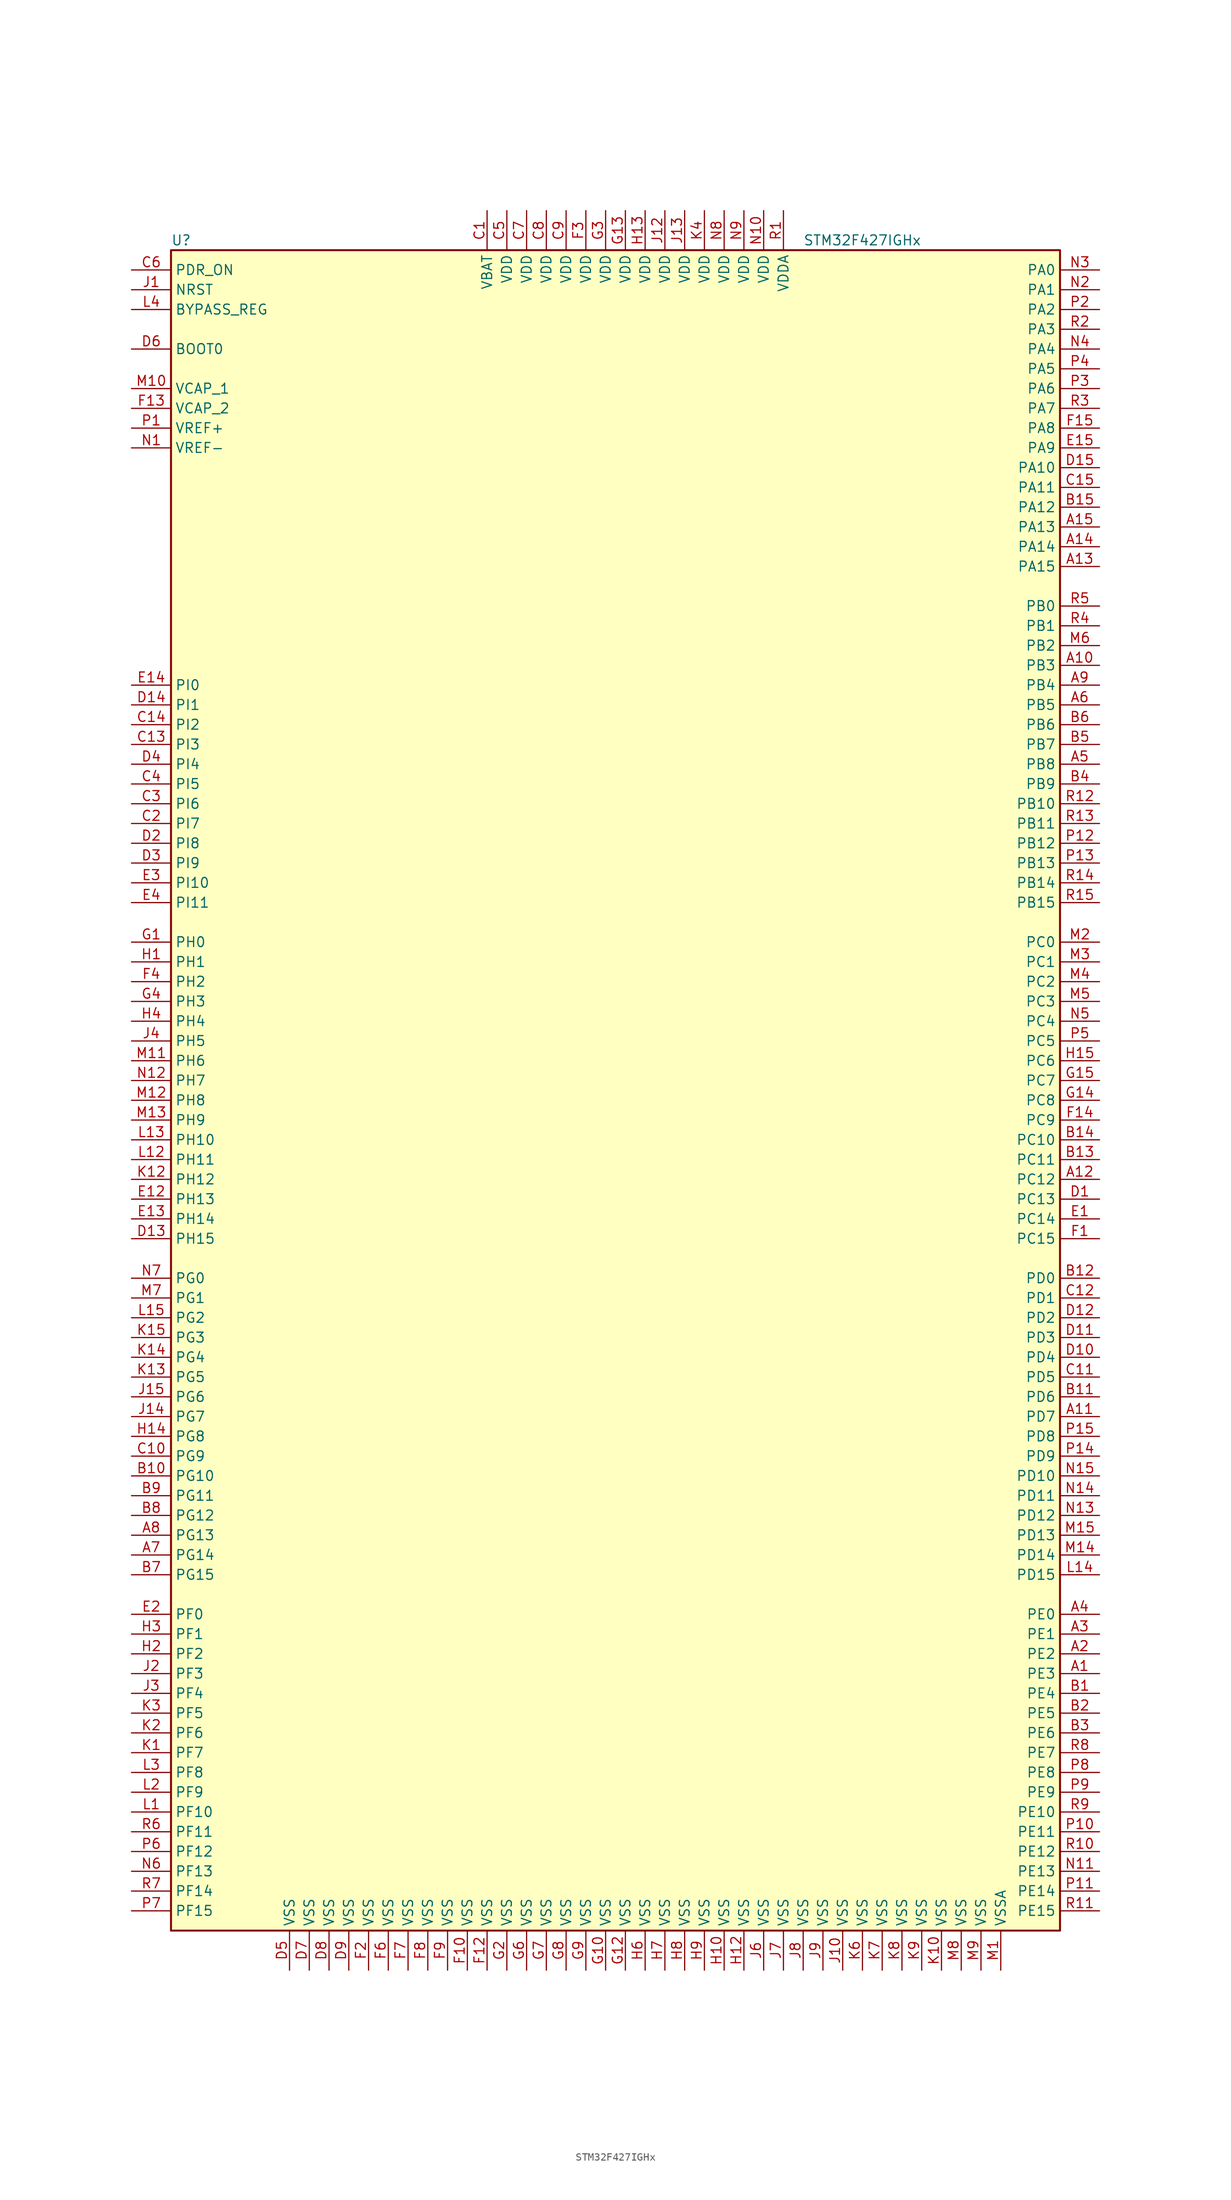
<source format=kicad_sym>
(kicad_symbol_lib
  (version 20201005)
  (generator kicad_symbol_editor)
  (symbol "MCU_ST_STM32F4:STM32F427IGHx"
    (property "Reference" "U"
      (at -58.42 107.95 0)
      (effects (font (size 1.27 1.27)) (justify left)))
    (property "Value" "STM32F427IGHx"
      (at 22.86 107.95 0)
      (effects (font (size 1.27 1.27)) (justify left)))
    (symbol "STM32F427IGHx_0_1"
      (rectangle (start -58.42 -109.22) (end 55.88 106.68) (stroke (width 0.254)) (fill (type background))))
    (symbol "STM32F427IGHx_1_1"
      (pin input line (at -63.5 93.98 0) (length 5.08) (name "BOOT0" (effects (font (size 1.27 1.27)))) (number "D6" (effects (font (size 1.27 1.27)))))
      (pin input line (at -63.5 99.06 0) (length 5.08) (name "BYPASS_REG" (effects (font (size 1.27 1.27)))) (number "L4" (effects (font (size 1.27 1.27)))))
      (pin input line (at -63.5 101.6 0) (length 5.08) (name "NRST" (effects (font (size 1.27 1.27)))) (number "J1" (effects (font (size 1.27 1.27)))))
      (pin bidirectional line (at 60.96 104.14 180) (length 5.08) (name "PA0" (effects (font (size 1.27 1.27)))) (number "N3" (effects (font (size 1.27 1.27)))))
      (pin bidirectional line (at 60.96 101.6 180) (length 5.08) (name "PA1" (effects (font (size 1.27 1.27)))) (number "N2" (effects (font (size 1.27 1.27)))))
      (pin bidirectional line (at 60.96 78.74 180) (length 5.08) (name "PA10" (effects (font (size 1.27 1.27)))) (number "D15" (effects (font (size 1.27 1.27)))))
      (pin bidirectional line (at 60.96 76.2 180) (length 5.08) (name "PA11" (effects (font (size 1.27 1.27)))) (number "C15" (effects (font (size 1.27 1.27)))))
      (pin bidirectional line (at 60.96 73.66 180) (length 5.08) (name "PA12" (effects (font (size 1.27 1.27)))) (number "B15" (effects (font (size 1.27 1.27)))))
      (pin bidirectional line (at 60.96 71.12 180) (length 5.08) (name "PA13" (effects (font (size 1.27 1.27)))) (number "A15" (effects (font (size 1.27 1.27)))))
      (pin bidirectional line (at 60.96 68.58 180) (length 5.08) (name "PA14" (effects (font (size 1.27 1.27)))) (number "A14" (effects (font (size 1.27 1.27)))))
      (pin bidirectional line (at 60.96 66.04 180) (length 5.08) (name "PA15" (effects (font (size 1.27 1.27)))) (number "A13" (effects (font (size 1.27 1.27)))))
      (pin bidirectional line (at 60.96 99.06 180) (length 5.08) (name "PA2" (effects (font (size 1.27 1.27)))) (number "P2" (effects (font (size 1.27 1.27)))))
      (pin bidirectional line (at 60.96 96.52 180) (length 5.08) (name "PA3" (effects (font (size 1.27 1.27)))) (number "R2" (effects (font (size 1.27 1.27)))))
      (pin bidirectional line (at 60.96 93.98 180) (length 5.08) (name "PA4" (effects (font (size 1.27 1.27)))) (number "N4" (effects (font (size 1.27 1.27)))))
      (pin bidirectional line (at 60.96 91.44 180) (length 5.08) (name "PA5" (effects (font (size 1.27 1.27)))) (number "P4" (effects (font (size 1.27 1.27)))))
      (pin bidirectional line (at 60.96 88.9 180) (length 5.08) (name "PA6" (effects (font (size 1.27 1.27)))) (number "P3" (effects (font (size 1.27 1.27)))))
      (pin bidirectional line (at 60.96 86.36 180) (length 5.08) (name "PA7" (effects (font (size 1.27 1.27)))) (number "R3" (effects (font (size 1.27 1.27)))))
      (pin bidirectional line (at 60.96 83.82 180) (length 5.08) (name "PA8" (effects (font (size 1.27 1.27)))) (number "F15" (effects (font (size 1.27 1.27)))))
      (pin bidirectional line (at 60.96 81.28 180) (length 5.08) (name "PA9" (effects (font (size 1.27 1.27)))) (number "E15" (effects (font (size 1.27 1.27)))))
      (pin bidirectional line (at 60.96 60.96 180) (length 5.08) (name "PB0" (effects (font (size 1.27 1.27)))) (number "R5" (effects (font (size 1.27 1.27)))))
      (pin bidirectional line (at 60.96 58.42 180) (length 5.08) (name "PB1" (effects (font (size 1.27 1.27)))) (number "R4" (effects (font (size 1.27 1.27)))))
      (pin bidirectional line (at 60.96 35.56 180) (length 5.08) (name "PB10" (effects (font (size 1.27 1.27)))) (number "R12" (effects (font (size 1.27 1.27)))))
      (pin bidirectional line (at 60.96 33.02 180) (length 5.08) (name "PB11" (effects (font (size 1.27 1.27)))) (number "R13" (effects (font (size 1.27 1.27)))))
      (pin bidirectional line (at 60.96 30.48 180) (length 5.08) (name "PB12" (effects (font (size 1.27 1.27)))) (number "P12" (effects (font (size 1.27 1.27)))))
      (pin bidirectional line (at 60.96 27.94 180) (length 5.08) (name "PB13" (effects (font (size 1.27 1.27)))) (number "P13" (effects (font (size 1.27 1.27)))))
      (pin bidirectional line (at 60.96 25.4 180) (length 5.08) (name "PB14" (effects (font (size 1.27 1.27)))) (number "R14" (effects (font (size 1.27 1.27)))))
      (pin bidirectional line (at 60.96 22.86 180) (length 5.08) (name "PB15" (effects (font (size 1.27 1.27)))) (number "R15" (effects (font (size 1.27 1.27)))))
      (pin bidirectional line (at 60.96 55.88 180) (length 5.08) (name "PB2" (effects (font (size 1.27 1.27)))) (number "M6" (effects (font (size 1.27 1.27)))))
      (pin bidirectional line (at 60.96 53.34 180) (length 5.08) (name "PB3" (effects (font (size 1.27 1.27)))) (number "A10" (effects (font (size 1.27 1.27)))))
      (pin bidirectional line (at 60.96 50.8 180) (length 5.08) (name "PB4" (effects (font (size 1.27 1.27)))) (number "A9" (effects (font (size 1.27 1.27)))))
      (pin bidirectional line (at 60.96 48.26 180) (length 5.08) (name "PB5" (effects (font (size 1.27 1.27)))) (number "A6" (effects (font (size 1.27 1.27)))))
      (pin bidirectional line (at 60.96 45.72 180) (length 5.08) (name "PB6" (effects (font (size 1.27 1.27)))) (number "B6" (effects (font (size 1.27 1.27)))))
      (pin bidirectional line (at 60.96 43.18 180) (length 5.08) (name "PB7" (effects (font (size 1.27 1.27)))) (number "B5" (effects (font (size 1.27 1.27)))))
      (pin bidirectional line (at 60.96 40.64 180) (length 5.08) (name "PB8" (effects (font (size 1.27 1.27)))) (number "A5" (effects (font (size 1.27 1.27)))))
      (pin bidirectional line (at 60.96 38.1 180) (length 5.08) (name "PB9" (effects (font (size 1.27 1.27)))) (number "B4" (effects (font (size 1.27 1.27)))))
      (pin bidirectional line (at 60.96 17.78 180) (length 5.08) (name "PC0" (effects (font (size 1.27 1.27)))) (number "M2" (effects (font (size 1.27 1.27)))))
      (pin bidirectional line (at 60.96 15.24 180) (length 5.08) (name "PC1" (effects (font (size 1.27 1.27)))) (number "M3" (effects (font (size 1.27 1.27)))))
      (pin bidirectional line (at 60.96 -7.62 180) (length 5.08) (name "PC10" (effects (font (size 1.27 1.27)))) (number "B14" (effects (font (size 1.27 1.27)))))
      (pin bidirectional line (at 60.96 -10.16 180) (length 5.08) (name "PC11" (effects (font (size 1.27 1.27)))) (number "B13" (effects (font (size 1.27 1.27)))))
      (pin bidirectional line (at 60.96 -12.7 180) (length 5.08) (name "PC12" (effects (font (size 1.27 1.27)))) (number "A12" (effects (font (size 1.27 1.27)))))
      (pin bidirectional line (at 60.96 -15.24 180) (length 5.08) (name "PC13" (effects (font (size 1.27 1.27)))) (number "D1" (effects (font (size 1.27 1.27)))))
      (pin bidirectional line (at 60.96 -17.78 180) (length 5.08) (name "PC14" (effects (font (size 1.27 1.27)))) (number "E1" (effects (font (size 1.27 1.27)))))
      (pin bidirectional line (at 60.96 -20.32 180) (length 5.08) (name "PC15" (effects (font (size 1.27 1.27)))) (number "F1" (effects (font (size 1.27 1.27)))))
      (pin bidirectional line (at 60.96 12.7 180) (length 5.08) (name "PC2" (effects (font (size 1.27 1.27)))) (number "M4" (effects (font (size 1.27 1.27)))))
      (pin bidirectional line (at 60.96 10.16 180) (length 5.08) (name "PC3" (effects (font (size 1.27 1.27)))) (number "M5" (effects (font (size 1.27 1.27)))))
      (pin bidirectional line (at 60.96 7.62 180) (length 5.08) (name "PC4" (effects (font (size 1.27 1.27)))) (number "N5" (effects (font (size 1.27 1.27)))))
      (pin bidirectional line (at 60.96 5.08 180) (length 5.08) (name "PC5" (effects (font (size 1.27 1.27)))) (number "P5" (effects (font (size 1.27 1.27)))))
      (pin bidirectional line (at 60.96 2.54 180) (length 5.08) (name "PC6" (effects (font (size 1.27 1.27)))) (number "H15" (effects (font (size 1.27 1.27)))))
      (pin bidirectional line (at 60.96 0 180) (length 5.08) (name "PC7" (effects (font (size 1.27 1.27)))) (number "G15" (effects (font (size 1.27 1.27)))))
      (pin bidirectional line (at 60.96 -2.54 180) (length 5.08) (name "PC8" (effects (font (size 1.27 1.27)))) (number "G14" (effects (font (size 1.27 1.27)))))
      (pin bidirectional line (at 60.96 -5.08 180) (length 5.08) (name "PC9" (effects (font (size 1.27 1.27)))) (number "F14" (effects (font (size 1.27 1.27)))))
      (pin bidirectional line (at 60.96 -25.4 180) (length 5.08) (name "PD0" (effects (font (size 1.27 1.27)))) (number "B12" (effects (font (size 1.27 1.27)))))
      (pin bidirectional line (at 60.96 -27.94 180) (length 5.08) (name "PD1" (effects (font (size 1.27 1.27)))) (number "C12" (effects (font (size 1.27 1.27)))))
      (pin bidirectional line (at 60.96 -50.8 180) (length 5.08) (name "PD10" (effects (font (size 1.27 1.27)))) (number "N15" (effects (font (size 1.27 1.27)))))
      (pin bidirectional line (at 60.96 -53.34 180) (length 5.08) (name "PD11" (effects (font (size 1.27 1.27)))) (number "N14" (effects (font (size 1.27 1.27)))))
      (pin bidirectional line (at 60.96 -55.88 180) (length 5.08) (name "PD12" (effects (font (size 1.27 1.27)))) (number "N13" (effects (font (size 1.27 1.27)))))
      (pin bidirectional line (at 60.96 -58.42 180) (length 5.08) (name "PD13" (effects (font (size 1.27 1.27)))) (number "M15" (effects (font (size 1.27 1.27)))))
      (pin bidirectional line (at 60.96 -60.96 180) (length 5.08) (name "PD14" (effects (font (size 1.27 1.27)))) (number "M14" (effects (font (size 1.27 1.27)))))
      (pin bidirectional line (at 60.96 -63.5 180) (length 5.08) (name "PD15" (effects (font (size 1.27 1.27)))) (number "L14" (effects (font (size 1.27 1.27)))))
      (pin bidirectional line (at 60.96 -30.48 180) (length 5.08) (name "PD2" (effects (font (size 1.27 1.27)))) (number "D12" (effects (font (size 1.27 1.27)))))
      (pin bidirectional line (at 60.96 -33.02 180) (length 5.08) (name "PD3" (effects (font (size 1.27 1.27)))) (number "D11" (effects (font (size 1.27 1.27)))))
      (pin bidirectional line (at 60.96 -35.56 180) (length 5.08) (name "PD4" (effects (font (size 1.27 1.27)))) (number "D10" (effects (font (size 1.27 1.27)))))
      (pin bidirectional line (at 60.96 -38.1 180) (length 5.08) (name "PD5" (effects (font (size 1.27 1.27)))) (number "C11" (effects (font (size 1.27 1.27)))))
      (pin bidirectional line (at 60.96 -40.64 180) (length 5.08) (name "PD6" (effects (font (size 1.27 1.27)))) (number "B11" (effects (font (size 1.27 1.27)))))
      (pin bidirectional line (at 60.96 -43.18 180) (length 5.08) (name "PD7" (effects (font (size 1.27 1.27)))) (number "A11" (effects (font (size 1.27 1.27)))))
      (pin bidirectional line (at 60.96 -45.72 180) (length 5.08) (name "PD8" (effects (font (size 1.27 1.27)))) (number "P15" (effects (font (size 1.27 1.27)))))
      (pin bidirectional line (at 60.96 -48.26 180) (length 5.08) (name "PD9" (effects (font (size 1.27 1.27)))) (number "P14" (effects (font (size 1.27 1.27)))))
      (pin input line (at -63.5 104.14 0) (length 5.08) (name "PDR_ON" (effects (font (size 1.27 1.27)))) (number "C6" (effects (font (size 1.27 1.27)))))
      (pin bidirectional line (at 60.96 -68.58 180) (length 5.08) (name "PE0" (effects (font (size 1.27 1.27)))) (number "A4" (effects (font (size 1.27 1.27)))))
      (pin bidirectional line (at 60.96 -71.12 180) (length 5.08) (name "PE1" (effects (font (size 1.27 1.27)))) (number "A3" (effects (font (size 1.27 1.27)))))
      (pin bidirectional line (at 60.96 -93.98 180) (length 5.08) (name "PE10" (effects (font (size 1.27 1.27)))) (number "R9" (effects (font (size 1.27 1.27)))))
      (pin bidirectional line (at 60.96 -96.52 180) (length 5.08) (name "PE11" (effects (font (size 1.27 1.27)))) (number "P10" (effects (font (size 1.27 1.27)))))
      (pin bidirectional line (at 60.96 -99.06 180) (length 5.08) (name "PE12" (effects (font (size 1.27 1.27)))) (number "R10" (effects (font (size 1.27 1.27)))))
      (pin bidirectional line (at 60.96 -101.6 180) (length 5.08) (name "PE13" (effects (font (size 1.27 1.27)))) (number "N11" (effects (font (size 1.27 1.27)))))
      (pin bidirectional line (at 60.96 -104.14 180) (length 5.08) (name "PE14" (effects (font (size 1.27 1.27)))) (number "P11" (effects (font (size 1.27 1.27)))))
      (pin bidirectional line (at 60.96 -106.68 180) (length 5.08) (name "PE15" (effects (font (size 1.27 1.27)))) (number "R11" (effects (font (size 1.27 1.27)))))
      (pin bidirectional line (at 60.96 -73.66 180) (length 5.08) (name "PE2" (effects (font (size 1.27 1.27)))) (number "A2" (effects (font (size 1.27 1.27)))))
      (pin bidirectional line (at 60.96 -76.2 180) (length 5.08) (name "PE3" (effects (font (size 1.27 1.27)))) (number "A1" (effects (font (size 1.27 1.27)))))
      (pin bidirectional line (at 60.96 -78.74 180) (length 5.08) (name "PE4" (effects (font (size 1.27 1.27)))) (number "B1" (effects (font (size 1.27 1.27)))))
      (pin bidirectional line (at 60.96 -81.28 180) (length 5.08) (name "PE5" (effects (font (size 1.27 1.27)))) (number "B2" (effects (font (size 1.27 1.27)))))
      (pin bidirectional line (at 60.96 -83.82 180) (length 5.08) (name "PE6" (effects (font (size 1.27 1.27)))) (number "B3" (effects (font (size 1.27 1.27)))))
      (pin bidirectional line (at 60.96 -86.36 180) (length 5.08) (name "PE7" (effects (font (size 1.27 1.27)))) (number "R8" (effects (font (size 1.27 1.27)))))
      (pin bidirectional line (at 60.96 -88.9 180) (length 5.08) (name "PE8" (effects (font (size 1.27 1.27)))) (number "P8" (effects (font (size 1.27 1.27)))))
      (pin bidirectional line (at 60.96 -91.44 180) (length 5.08) (name "PE9" (effects (font (size 1.27 1.27)))) (number "P9" (effects (font (size 1.27 1.27)))))
      (pin bidirectional line (at -63.5 -68.58 0) (length 5.08) (name "PF0" (effects (font (size 1.27 1.27)))) (number "E2" (effects (font (size 1.27 1.27)))))
      (pin bidirectional line (at -63.5 -71.12 0) (length 5.08) (name "PF1" (effects (font (size 1.27 1.27)))) (number "H3" (effects (font (size 1.27 1.27)))))
      (pin bidirectional line (at -63.5 -93.98 0) (length 5.08) (name "PF10" (effects (font (size 1.27 1.27)))) (number "L1" (effects (font (size 1.27 1.27)))))
      (pin bidirectional line (at -63.5 -96.52 0) (length 5.08) (name "PF11" (effects (font (size 1.27 1.27)))) (number "R6" (effects (font (size 1.27 1.27)))))
      (pin bidirectional line (at -63.5 -99.06 0) (length 5.08) (name "PF12" (effects (font (size 1.27 1.27)))) (number "P6" (effects (font (size 1.27 1.27)))))
      (pin bidirectional line (at -63.5 -101.6 0) (length 5.08) (name "PF13" (effects (font (size 1.27 1.27)))) (number "N6" (effects (font (size 1.27 1.27)))))
      (pin bidirectional line (at -63.5 -104.14 0) (length 5.08) (name "PF14" (effects (font (size 1.27 1.27)))) (number "R7" (effects (font (size 1.27 1.27)))))
      (pin bidirectional line (at -63.5 -106.68 0) (length 5.08) (name "PF15" (effects (font (size 1.27 1.27)))) (number "P7" (effects (font (size 1.27 1.27)))))
      (pin bidirectional line (at -63.5 -73.66 0) (length 5.08) (name "PF2" (effects (font (size 1.27 1.27)))) (number "H2" (effects (font (size 1.27 1.27)))))
      (pin bidirectional line (at -63.5 -76.2 0) (length 5.08) (name "PF3" (effects (font (size 1.27 1.27)))) (number "J2" (effects (font (size 1.27 1.27)))))
      (pin bidirectional line (at -63.5 -78.74 0) (length 5.08) (name "PF4" (effects (font (size 1.27 1.27)))) (number "J3" (effects (font (size 1.27 1.27)))))
      (pin bidirectional line (at -63.5 -81.28 0) (length 5.08) (name "PF5" (effects (font (size 1.27 1.27)))) (number "K3" (effects (font (size 1.27 1.27)))))
      (pin bidirectional line (at -63.5 -83.82 0) (length 5.08) (name "PF6" (effects (font (size 1.27 1.27)))) (number "K2" (effects (font (size 1.27 1.27)))))
      (pin bidirectional line (at -63.5 -86.36 0) (length 5.08) (name "PF7" (effects (font (size 1.27 1.27)))) (number "K1" (effects (font (size 1.27 1.27)))))
      (pin bidirectional line (at -63.5 -88.9 0) (length 5.08) (name "PF8" (effects (font (size 1.27 1.27)))) (number "L3" (effects (font (size 1.27 1.27)))))
      (pin bidirectional line (at -63.5 -91.44 0) (length 5.08) (name "PF9" (effects (font (size 1.27 1.27)))) (number "L2" (effects (font (size 1.27 1.27)))))
      (pin bidirectional line (at -63.5 -25.4 0) (length 5.08) (name "PG0" (effects (font (size 1.27 1.27)))) (number "N7" (effects (font (size 1.27 1.27)))))
      (pin bidirectional line (at -63.5 -27.94 0) (length 5.08) (name "PG1" (effects (font (size 1.27 1.27)))) (number "M7" (effects (font (size 1.27 1.27)))))
      (pin bidirectional line (at -63.5 -50.8 0) (length 5.08) (name "PG10" (effects (font (size 1.27 1.27)))) (number "B10" (effects (font (size 1.27 1.27)))))
      (pin bidirectional line (at -63.5 -53.34 0) (length 5.08) (name "PG11" (effects (font (size 1.27 1.27)))) (number "B9" (effects (font (size 1.27 1.27)))))
      (pin bidirectional line (at -63.5 -55.88 0) (length 5.08) (name "PG12" (effects (font (size 1.27 1.27)))) (number "B8" (effects (font (size 1.27 1.27)))))
      (pin bidirectional line (at -63.5 -58.42 0) (length 5.08) (name "PG13" (effects (font (size 1.27 1.27)))) (number "A8" (effects (font (size 1.27 1.27)))))
      (pin bidirectional line (at -63.5 -60.96 0) (length 5.08) (name "PG14" (effects (font (size 1.27 1.27)))) (number "A7" (effects (font (size 1.27 1.27)))))
      (pin bidirectional line (at -63.5 -63.5 0) (length 5.08) (name "PG15" (effects (font (size 1.27 1.27)))) (number "B7" (effects (font (size 1.27 1.27)))))
      (pin bidirectional line (at -63.5 -30.48 0) (length 5.08) (name "PG2" (effects (font (size 1.27 1.27)))) (number "L15" (effects (font (size 1.27 1.27)))))
      (pin bidirectional line (at -63.5 -33.02 0) (length 5.08) (name "PG3" (effects (font (size 1.27 1.27)))) (number "K15" (effects (font (size 1.27 1.27)))))
      (pin bidirectional line (at -63.5 -35.56 0) (length 5.08) (name "PG4" (effects (font (size 1.27 1.27)))) (number "K14" (effects (font (size 1.27 1.27)))))
      (pin bidirectional line (at -63.5 -38.1 0) (length 5.08) (name "PG5" (effects (font (size 1.27 1.27)))) (number "K13" (effects (font (size 1.27 1.27)))))
      (pin bidirectional line (at -63.5 -40.64 0) (length 5.08) (name "PG6" (effects (font (size 1.27 1.27)))) (number "J15" (effects (font (size 1.27 1.27)))))
      (pin bidirectional line (at -63.5 -43.18 0) (length 5.08) (name "PG7" (effects (font (size 1.27 1.27)))) (number "J14" (effects (font (size 1.27 1.27)))))
      (pin bidirectional line (at -63.5 -45.72 0) (length 5.08) (name "PG8" (effects (font (size 1.27 1.27)))) (number "H14" (effects (font (size 1.27 1.27)))))
      (pin bidirectional line (at -63.5 -48.26 0) (length 5.08) (name "PG9" (effects (font (size 1.27 1.27)))) (number "C10" (effects (font (size 1.27 1.27)))))
      (pin input line (at -63.5 17.78 0) (length 5.08) (name "PH0" (effects (font (size 1.27 1.27)))) (number "G1" (effects (font (size 1.27 1.27)))))
      (pin input line (at -63.5 15.24 0) (length 5.08) (name "PH1" (effects (font (size 1.27 1.27)))) (number "H1" (effects (font (size 1.27 1.27)))))
      (pin bidirectional line (at -63.5 -7.62 0) (length 5.08) (name "PH10" (effects (font (size 1.27 1.27)))) (number "L13" (effects (font (size 1.27 1.27)))))
      (pin bidirectional line (at -63.5 -10.16 0) (length 5.08) (name "PH11" (effects (font (size 1.27 1.27)))) (number "L12" (effects (font (size 1.27 1.27)))))
      (pin bidirectional line (at -63.5 -12.7 0) (length 5.08) (name "PH12" (effects (font (size 1.27 1.27)))) (number "K12" (effects (font (size 1.27 1.27)))))
      (pin bidirectional line (at -63.5 -15.24 0) (length 5.08) (name "PH13" (effects (font (size 1.27 1.27)))) (number "E12" (effects (font (size 1.27 1.27)))))
      (pin bidirectional line (at -63.5 -17.78 0) (length 5.08) (name "PH14" (effects (font (size 1.27 1.27)))) (number "E13" (effects (font (size 1.27 1.27)))))
      (pin bidirectional line (at -63.5 -20.32 0) (length 5.08) (name "PH15" (effects (font (size 1.27 1.27)))) (number "D13" (effects (font (size 1.27 1.27)))))
      (pin bidirectional line (at -63.5 12.7 0) (length 5.08) (name "PH2" (effects (font (size 1.27 1.27)))) (number "F4" (effects (font (size 1.27 1.27)))))
      (pin bidirectional line (at -63.5 10.16 0) (length 5.08) (name "PH3" (effects (font (size 1.27 1.27)))) (number "G4" (effects (font (size 1.27 1.27)))))
      (pin bidirectional line (at -63.5 7.62 0) (length 5.08) (name "PH4" (effects (font (size 1.27 1.27)))) (number "H4" (effects (font (size 1.27 1.27)))))
      (pin bidirectional line (at -63.5 5.08 0) (length 5.08) (name "PH5" (effects (font (size 1.27 1.27)))) (number "J4" (effects (font (size 1.27 1.27)))))
      (pin bidirectional line (at -63.5 2.54 0) (length 5.08) (name "PH6" (effects (font (size 1.27 1.27)))) (number "M11" (effects (font (size 1.27 1.27)))))
      (pin bidirectional line (at -63.5 0 0) (length 5.08) (name "PH7" (effects (font (size 1.27 1.27)))) (number "N12" (effects (font (size 1.27 1.27)))))
      (pin bidirectional line (at -63.5 -2.54 0) (length 5.08) (name "PH8" (effects (font (size 1.27 1.27)))) (number "M12" (effects (font (size 1.27 1.27)))))
      (pin bidirectional line (at -63.5 -5.08 0) (length 5.08) (name "PH9" (effects (font (size 1.27 1.27)))) (number "M13" (effects (font (size 1.27 1.27)))))
      (pin bidirectional line (at -63.5 50.8 0) (length 5.08) (name "PI0" (effects (font (size 1.27 1.27)))) (number "E14" (effects (font (size 1.27 1.27)))))
      (pin bidirectional line (at -63.5 48.26 0) (length 5.08) (name "PI1" (effects (font (size 1.27 1.27)))) (number "D14" (effects (font (size 1.27 1.27)))))
      (pin bidirectional line (at -63.5 25.4 0) (length 5.08) (name "PI10" (effects (font (size 1.27 1.27)))) (number "E3" (effects (font (size 1.27 1.27)))))
      (pin bidirectional line (at -63.5 22.86 0) (length 5.08) (name "PI11" (effects (font (size 1.27 1.27)))) (number "E4" (effects (font (size 1.27 1.27)))))
      (pin bidirectional line (at -63.5 45.72 0) (length 5.08) (name "PI2" (effects (font (size 1.27 1.27)))) (number "C14" (effects (font (size 1.27 1.27)))))
      (pin bidirectional line (at -63.5 43.18 0) (length 5.08) (name "PI3" (effects (font (size 1.27 1.27)))) (number "C13" (effects (font (size 1.27 1.27)))))
      (pin bidirectional line (at -63.5 40.64 0) (length 5.08) (name "PI4" (effects (font (size 1.27 1.27)))) (number "D4" (effects (font (size 1.27 1.27)))))
      (pin bidirectional line (at -63.5 38.1 0) (length 5.08) (name "PI5" (effects (font (size 1.27 1.27)))) (number "C4" (effects (font (size 1.27 1.27)))))
      (pin bidirectional line (at -63.5 35.56 0) (length 5.08) (name "PI6" (effects (font (size 1.27 1.27)))) (number "C3" (effects (font (size 1.27 1.27)))))
      (pin bidirectional line (at -63.5 33.02 0) (length 5.08) (name "PI7" (effects (font (size 1.27 1.27)))) (number "C2" (effects (font (size 1.27 1.27)))))
      (pin bidirectional line (at -63.5 30.48 0) (length 5.08) (name "PI8" (effects (font (size 1.27 1.27)))) (number "D2" (effects (font (size 1.27 1.27)))))
      (pin bidirectional line (at -63.5 27.94 0) (length 5.08) (name "PI9" (effects (font (size 1.27 1.27)))) (number "D3" (effects (font (size 1.27 1.27)))))
      (pin power_in line (at -17.78 111.76 270) (length 5.08) (name "VBAT" (effects (font (size 1.27 1.27)))) (number "C1" (effects (font (size 1.27 1.27)))))
      (pin power_in line (at -63.5 88.9 0) (length 5.08) (name "VCAP_1" (effects (font (size 1.27 1.27)))) (number "M10" (effects (font (size 1.27 1.27)))))
      (pin power_in line (at -63.5 86.36 0) (length 5.08) (name "VCAP_2" (effects (font (size 1.27 1.27)))) (number "F13" (effects (font (size 1.27 1.27)))))
      (pin power_in line (at -15.24 111.76 270) (length 5.08) (name "VDD" (effects (font (size 1.27 1.27)))) (number "C5" (effects (font (size 1.27 1.27)))))
      (pin power_in line (at -12.7 111.76 270) (length 5.08) (name "VDD" (effects (font (size 1.27 1.27)))) (number "C7" (effects (font (size 1.27 1.27)))))
      (pin power_in line (at -10.16 111.76 270) (length 5.08) (name "VDD" (effects (font (size 1.27 1.27)))) (number "C8" (effects (font (size 1.27 1.27)))))
      (pin power_in line (at -7.62 111.76 270) (length 5.08) (name "VDD" (effects (font (size 1.27 1.27)))) (number "C9" (effects (font (size 1.27 1.27)))))
      (pin power_in line (at -5.08 111.76 270) (length 5.08) (name "VDD" (effects (font (size 1.27 1.27)))) (number "F3" (effects (font (size 1.27 1.27)))))
      (pin power_in line (at 0 111.76 270) (length 5.08) (name "VDD" (effects (font (size 1.27 1.27)))) (number "G13" (effects (font (size 1.27 1.27)))))
      (pin power_in line (at -2.54 111.76 270) (length 5.08) (name "VDD" (effects (font (size 1.27 1.27)))) (number "G3" (effects (font (size 1.27 1.27)))))
      (pin power_in line (at 2.54 111.76 270) (length 5.08) (name "VDD" (effects (font (size 1.27 1.27)))) (number "H13" (effects (font (size 1.27 1.27)))))
      (pin power_in line (at 5.08 111.76 270) (length 5.08) (name "VDD" (effects (font (size 1.27 1.27)))) (number "J12" (effects (font (size 1.27 1.27)))))
      (pin power_in line (at 7.62 111.76 270) (length 5.08) (name "VDD" (effects (font (size 1.27 1.27)))) (number "J13" (effects (font (size 1.27 1.27)))))
      (pin power_in line (at 10.16 111.76 270) (length 5.08) (name "VDD" (effects (font (size 1.27 1.27)))) (number "K4" (effects (font (size 1.27 1.27)))))
      (pin power_in line (at 17.78 111.76 270) (length 5.08) (name "VDD" (effects (font (size 1.27 1.27)))) (number "N10" (effects (font (size 1.27 1.27)))))
      (pin power_in line (at 12.7 111.76 270) (length 5.08) (name "VDD" (effects (font (size 1.27 1.27)))) (number "N8" (effects (font (size 1.27 1.27)))))
      (pin power_in line (at 15.24 111.76 270) (length 5.08) (name "VDD" (effects (font (size 1.27 1.27)))) (number "N9" (effects (font (size 1.27 1.27)))))
      (pin power_in line (at 20.32 111.76 270) (length 5.08) (name "VDDA" (effects (font (size 1.27 1.27)))) (number "R1" (effects (font (size 1.27 1.27)))))
      (pin power_in line (at -63.5 83.82 0) (length 5.08) (name "VREF+" (effects (font (size 1.27 1.27)))) (number "P1" (effects (font (size 1.27 1.27)))))
      (pin power_in line (at -63.5 81.28 0) (length 5.08) (name "VREF-" (effects (font (size 1.27 1.27)))) (number "N1" (effects (font (size 1.27 1.27)))))
      (pin power_in line (at -43.18 -114.3 90) (length 5.08) (name "VSS" (effects (font (size 1.27 1.27)))) (number "D5" (effects (font (size 1.27 1.27)))))
      (pin power_in line (at -40.64 -114.3 90) (length 5.08) (name "VSS" (effects (font (size 1.27 1.27)))) (number "D7" (effects (font (size 1.27 1.27)))))
      (pin power_in line (at -38.1 -114.3 90) (length 5.08) (name "VSS" (effects (font (size 1.27 1.27)))) (number "D8" (effects (font (size 1.27 1.27)))))
      (pin power_in line (at -35.56 -114.3 90) (length 5.08) (name "VSS" (effects (font (size 1.27 1.27)))) (number "D9" (effects (font (size 1.27 1.27)))))
      (pin power_in line (at -20.32 -114.3 90) (length 5.08) (name "VSS" (effects (font (size 1.27 1.27)))) (number "F10" (effects (font (size 1.27 1.27)))))
      (pin power_in line (at -17.78 -114.3 90) (length 5.08) (name "VSS" (effects (font (size 1.27 1.27)))) (number "F12" (effects (font (size 1.27 1.27)))))
      (pin power_in line (at -33.02 -114.3 90) (length 5.08) (name "VSS" (effects (font (size 1.27 1.27)))) (number "F2" (effects (font (size 1.27 1.27)))))
      (pin power_in line (at -30.48 -114.3 90) (length 5.08) (name "VSS" (effects (font (size 1.27 1.27)))) (number "F6" (effects (font (size 1.27 1.27)))))
      (pin power_in line (at -27.94 -114.3 90) (length 5.08) (name "VSS" (effects (font (size 1.27 1.27)))) (number "F7" (effects (font (size 1.27 1.27)))))
      (pin power_in line (at -25.4 -114.3 90) (length 5.08) (name "VSS" (effects (font (size 1.27 1.27)))) (number "F8" (effects (font (size 1.27 1.27)))))
      (pin power_in line (at -22.86 -114.3 90) (length 5.08) (name "VSS" (effects (font (size 1.27 1.27)))) (number "F9" (effects (font (size 1.27 1.27)))))
      (pin power_in line (at -2.54 -114.3 90) (length 5.08) (name "VSS" (effects (font (size 1.27 1.27)))) (number "G10" (effects (font (size 1.27 1.27)))))
      (pin power_in line (at 0 -114.3 90) (length 5.08) (name "VSS" (effects (font (size 1.27 1.27)))) (number "G12" (effects (font (size 1.27 1.27)))))
      (pin power_in line (at -15.24 -114.3 90) (length 5.08) (name "VSS" (effects (font (size 1.27 1.27)))) (number "G2" (effects (font (size 1.27 1.27)))))
      (pin power_in line (at -12.7 -114.3 90) (length 5.08) (name "VSS" (effects (font (size 1.27 1.27)))) (number "G6" (effects (font (size 1.27 1.27)))))
      (pin power_in line (at -10.16 -114.3 90) (length 5.08) (name "VSS" (effects (font (size 1.27 1.27)))) (number "G7" (effects (font (size 1.27 1.27)))))
      (pin power_in line (at -7.62 -114.3 90) (length 5.08) (name "VSS" (effects (font (size 1.27 1.27)))) (number "G8" (effects (font (size 1.27 1.27)))))
      (pin power_in line (at -5.08 -114.3 90) (length 5.08) (name "VSS" (effects (font (size 1.27 1.27)))) (number "G9" (effects (font (size 1.27 1.27)))))
      (pin power_in line (at 12.7 -114.3 90) (length 5.08) (name "VSS" (effects (font (size 1.27 1.27)))) (number "H10" (effects (font (size 1.27 1.27)))))
      (pin power_in line (at 15.24 -114.3 90) (length 5.08) (name "VSS" (effects (font (size 1.27 1.27)))) (number "H12" (effects (font (size 1.27 1.27)))))
      (pin power_in line (at 2.54 -114.3 90) (length 5.08) (name "VSS" (effects (font (size 1.27 1.27)))) (number "H6" (effects (font (size 1.27 1.27)))))
      (pin power_in line (at 5.08 -114.3 90) (length 5.08) (name "VSS" (effects (font (size 1.27 1.27)))) (number "H7" (effects (font (size 1.27 1.27)))))
      (pin power_in line (at 7.62 -114.3 90) (length 5.08) (name "VSS" (effects (font (size 1.27 1.27)))) (number "H8" (effects (font (size 1.27 1.27)))))
      (pin power_in line (at 10.16 -114.3 90) (length 5.08) (name "VSS" (effects (font (size 1.27 1.27)))) (number "H9" (effects (font (size 1.27 1.27)))))
      (pin power_in line (at 27.94 -114.3 90) (length 5.08) (name "VSS" (effects (font (size 1.27 1.27)))) (number "J10" (effects (font (size 1.27 1.27)))))
      (pin power_in line (at 17.78 -114.3 90) (length 5.08) (name "VSS" (effects (font (size 1.27 1.27)))) (number "J6" (effects (font (size 1.27 1.27)))))
      (pin power_in line (at 20.32 -114.3 90) (length 5.08) (name "VSS" (effects (font (size 1.27 1.27)))) (number "J7" (effects (font (size 1.27 1.27)))))
      (pin power_in line (at 22.86 -114.3 90) (length 5.08) (name "VSS" (effects (font (size 1.27 1.27)))) (number "J8" (effects (font (size 1.27 1.27)))))
      (pin power_in line (at 25.4 -114.3 90) (length 5.08) (name "VSS" (effects (font (size 1.27 1.27)))) (number "J9" (effects (font (size 1.27 1.27)))))
      (pin power_in line (at 40.64 -114.3 90) (length 5.08) (name "VSS" (effects (font (size 1.27 1.27)))) (number "K10" (effects (font (size 1.27 1.27)))))
      (pin power_in line (at 30.48 -114.3 90) (length 5.08) (name "VSS" (effects (font (size 1.27 1.27)))) (number "K6" (effects (font (size 1.27 1.27)))))
      (pin power_in line (at 33.02 -114.3 90) (length 5.08) (name "VSS" (effects (font (size 1.27 1.27)))) (number "K7" (effects (font (size 1.27 1.27)))))
      (pin power_in line (at 35.56 -114.3 90) (length 5.08) (name "VSS" (effects (font (size 1.27 1.27)))) (number "K8" (effects (font (size 1.27 1.27)))))
      (pin power_in line (at 38.1 -114.3 90) (length 5.08) (name "VSS" (effects (font (size 1.27 1.27)))) (number "K9" (effects (font (size 1.27 1.27)))))
      (pin power_in line (at 43.18 -114.3 90) (length 5.08) (name "VSS" (effects (font (size 1.27 1.27)))) (number "M8" (effects (font (size 1.27 1.27)))))
      (pin power_in line (at 45.72 -114.3 90) (length 5.08) (name "VSS" (effects (font (size 1.27 1.27)))) (number "M9" (effects (font (size 1.27 1.27)))))
      (pin power_in line (at 48.26 -114.3 90) (length 5.08) (name "VSSA" (effects (font (size 1.27 1.27)))) (number "M1" (effects (font (size 1.27 1.27))))))))
</source>
